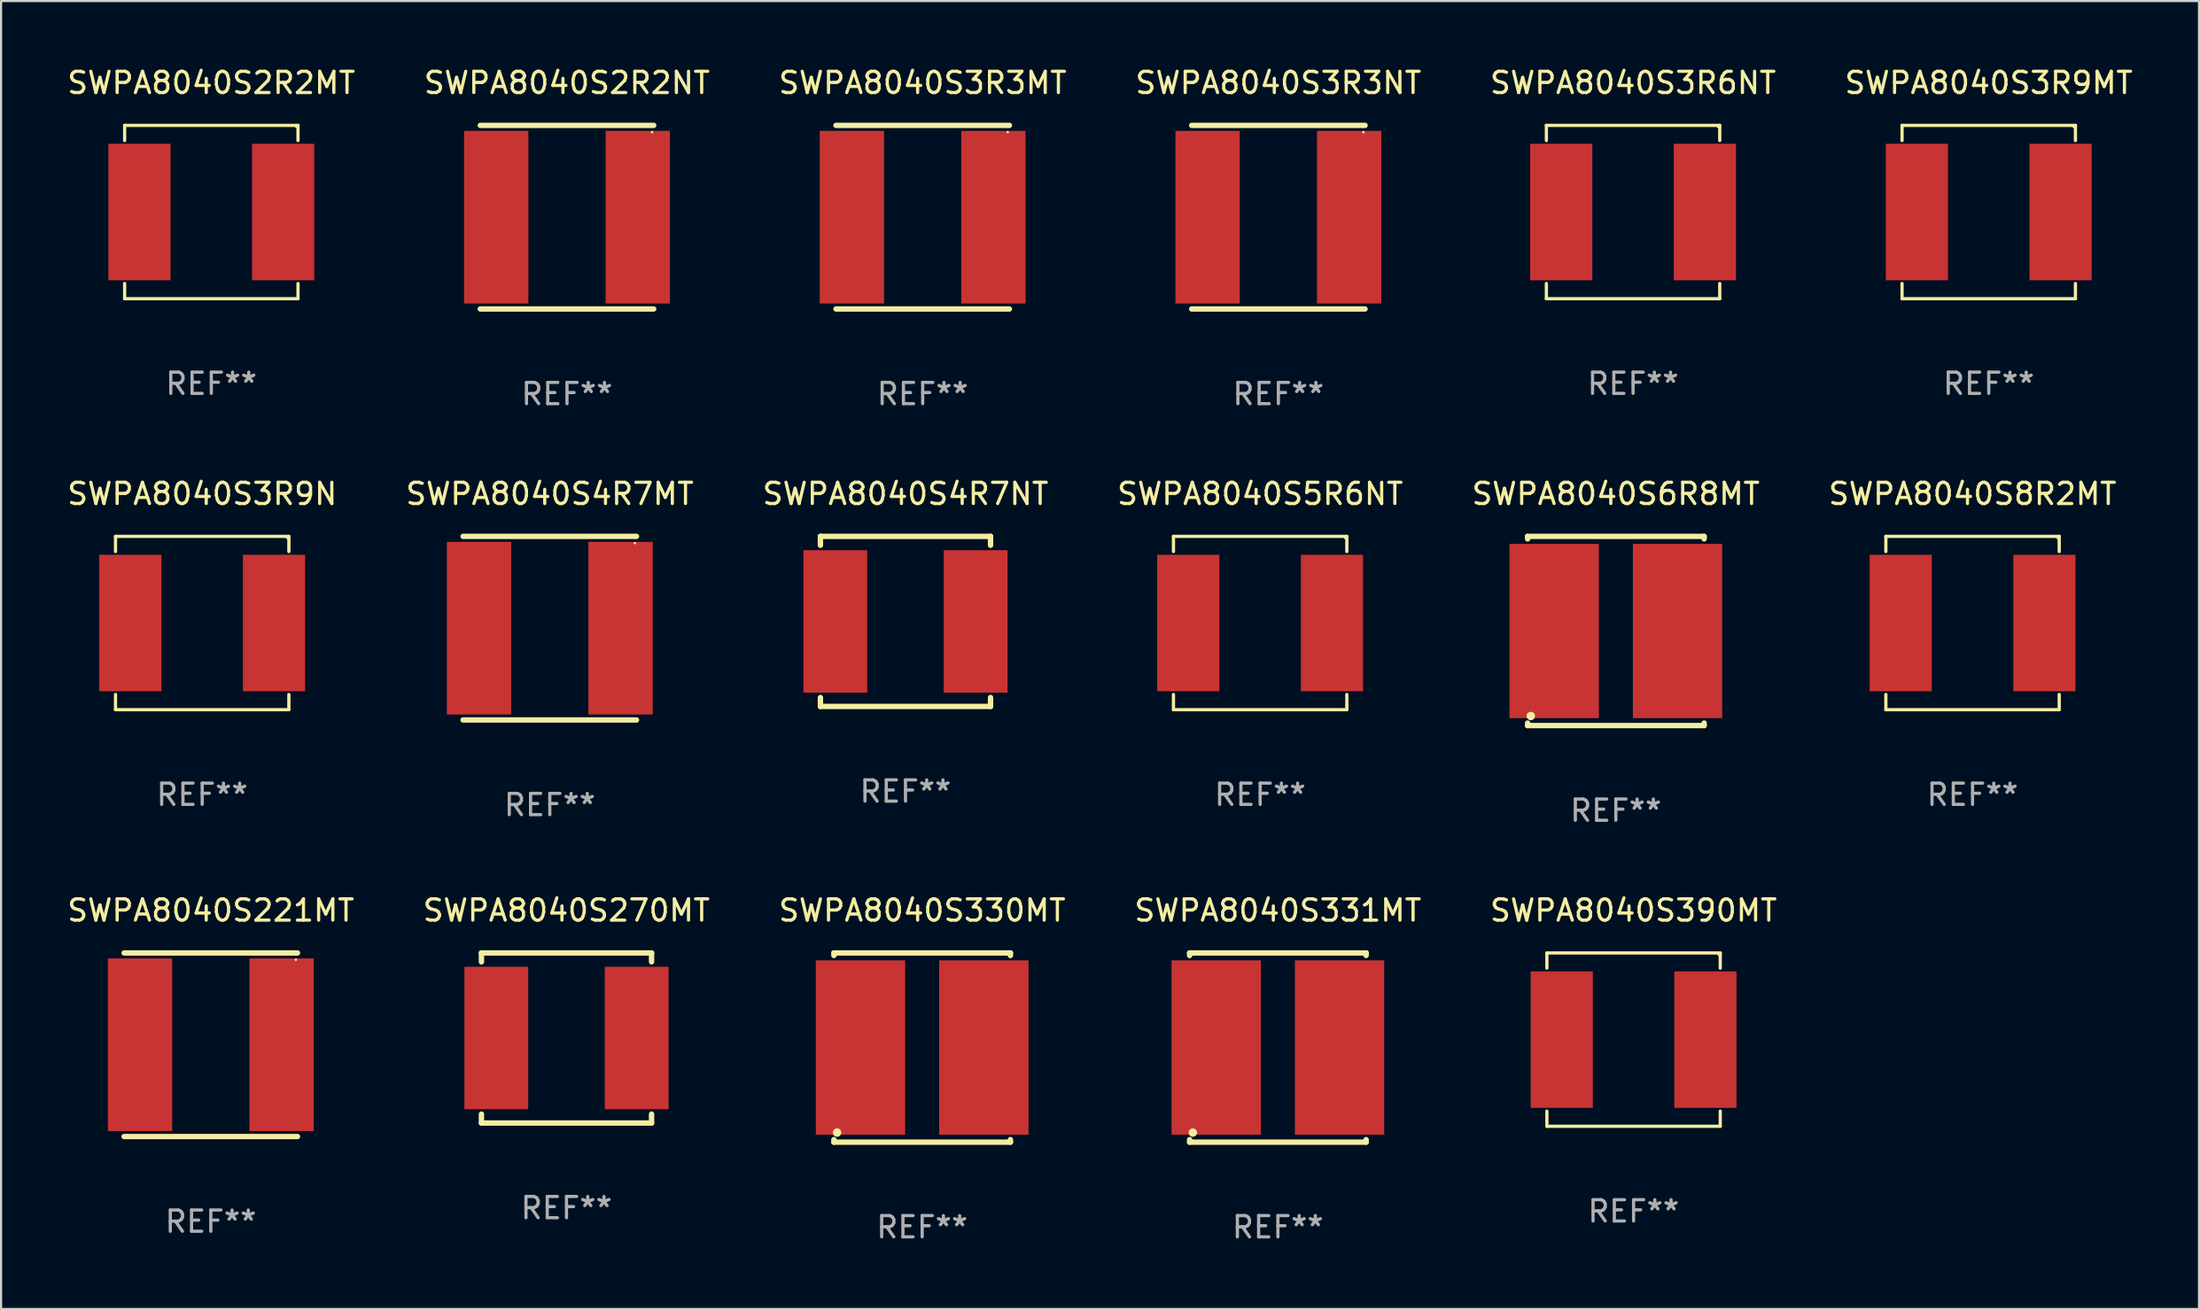
<source format=kicad_pcb>
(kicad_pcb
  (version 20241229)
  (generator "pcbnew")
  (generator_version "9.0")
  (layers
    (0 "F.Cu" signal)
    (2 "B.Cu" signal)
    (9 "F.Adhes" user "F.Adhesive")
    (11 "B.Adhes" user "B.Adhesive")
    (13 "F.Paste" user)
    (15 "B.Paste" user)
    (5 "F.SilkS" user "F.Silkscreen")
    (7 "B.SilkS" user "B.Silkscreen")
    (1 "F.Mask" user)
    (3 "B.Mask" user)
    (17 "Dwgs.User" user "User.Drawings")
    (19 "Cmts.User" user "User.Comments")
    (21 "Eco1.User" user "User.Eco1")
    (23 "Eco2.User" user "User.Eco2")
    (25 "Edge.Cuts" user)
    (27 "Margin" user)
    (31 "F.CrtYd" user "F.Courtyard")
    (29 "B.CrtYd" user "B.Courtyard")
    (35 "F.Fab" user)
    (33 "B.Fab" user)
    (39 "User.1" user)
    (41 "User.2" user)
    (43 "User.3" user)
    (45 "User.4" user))
  (footprint "SWPA8040S330MT"
    (layer "F.Cu")
    (at 40.315 46.227)
    (property "Reference" "SWPA8040S330MT" (at 0 -6.45 0) (layer "F.SilkS") (effects (font (size 1 1) (thickness 0.15))))
    (attr through_hole)
    (fp_line (start -4.15 -4.45) (end -4.15 -4.331) (stroke (width 0.254) (type solid)) (layer "F.SilkS"))
    (fp_line (start -4.15 -4.45) (end 4.15 -4.45) (stroke (width 0.254) (type solid)) (layer "F.SilkS"))
    (fp_line (start -4.15 4.331) (end -4.15 4.45) (stroke (width 0.254) (type solid)) (layer "F.SilkS"))
    (fp_line (start -4.15 4.45) (end 4.15 4.45) (stroke (width 0.254) (type solid)) (layer "F.SilkS"))
    (fp_line (start 4.15 -4.331) (end 4.15 -4.45) (stroke (width 0.254) (type solid)) (layer "F.SilkS"))
    (fp_line (start 4.15 4.45) (end 4.15 4.331) (stroke (width 0.254) (type solid)) (layer "F.SilkS"))
    (fp_circle (center -4 4) (end -3.9 4) (stroke (width 0.2) (type solid)) (fill no) (layer "F.SilkS"))
    (fp_text user "REF**" (at 0 8.45 0) (layer "F.Fab") (effects (font (size 1 1) (thickness 0.15))))
    (pad "1" smd rect (at -2.9 0 90) (size 8.2 4.2) (layers "F.Cu" "F.Mask" "F.Paste"))
    (pad "2" smd rect (at 2.9 0 90) (size 8.2 4.2) (layers "F.Cu" "F.Mask" "F.Paste")))
  (footprint "SWPA8040S2R2NT"
    (layer "F.Cu")
    (at 23.613 7.166)
    (property "Reference" "SWPA8040S2R2NT" (at 0 -6.318 0) (layer "F.SilkS") (effects (font (size 1 1) (thickness 0.15))))
    (attr through_hole)
    (fp_line (start -4.076 -4.318) (end 4.076 -4.318) (stroke (width 0.254) (type solid)) (layer "F.SilkS"))
    (fp_line (start -4.076 4.318) (end 4.076 4.318) (stroke (width 0.254) (type solid)) (layer "F.SilkS"))
    (fp_circle (center 4 -4) (end 4.03 -4) (stroke (width 0.06) (type solid)) (fill no) (layer "F.SilkS"))
    (fp_text user "REF**" (at 0 8.318 0) (layer "F.Fab") (effects (font (size 1 1) (thickness 0.15))))
    (pad "1" smd rect (at 3.328 0) (size 3.024 8.12) (layers "F.Cu" "F.Mask" "F.Paste"))
    (pad "2" smd rect (at -3.328 0) (size 3.024 8.12) (layers "F.Cu" "F.Mask" "F.Paste")))
  (footprint "SWPA8040S3R6NT"
    (layer "F.Cu")
    (at 73.744 6.924)
    (property "Reference" "SWPA8040S3R6NT" (at 0 -6.076 0) (layer "F.SilkS") (effects (font (size 1 1) (thickness 0.15))))
    (attr through_hole)
    (fp_line (start -4.076 -4.076) (end 4.076 -4.076) (stroke (width 0.152) (type solid)) (layer "F.SilkS"))
    (fp_line (start -4.076 -3.362) (end -4.076 -4.076) (stroke (width 0.152) (type solid)) (layer "F.SilkS"))
    (fp_line (start -4.076 3.362) (end -4.076 4.076) (stroke (width 0.152) (type solid)) (layer "F.SilkS"))
    (fp_line (start -4.076 4.076) (end 4.076 4.076) (stroke (width 0.152) (type solid)) (layer "F.SilkS"))
    (fp_line (start 4.076 -4.076) (end 4.076 -3.362) (stroke (width 0.152) (type solid)) (layer "F.SilkS"))
    (fp_line (start 4.076 4.076) (end 4.076 3.362) (stroke (width 0.152) (type solid)) (layer "F.SilkS"))
    (fp_circle (center 4 -4) (end 4.03 -4) (stroke (width 0.06) (type solid)) (fill no) (layer "F.SilkS"))
    (fp_text user "REF**" (at 0 8.076 0) (layer "F.Fab") (effects (font (size 1 1) (thickness 0.15))))
    (pad "1" smd rect (at 3.378 0) (size 2.924 6.42) (layers "F.Cu" "F.Mask" "F.Paste"))
    (pad "2" smd rect (at -3.378 0) (size 2.924 6.42) (layers "F.Cu" "F.Mask" "F.Paste")))
  (footprint "SWPA8040S3R9N"
    (layer "F.Cu")
    (at 6.458 26.257)
    (property "Reference" "SWPA8040S3R9N" (at 0 -6.076 0) (layer "F.SilkS") (effects (font (size 1 1) (thickness 0.15))))
    (attr through_hole)
    (fp_line (start -4.076 -4.076) (end 4.076 -4.076) (stroke (width 0.152) (type solid)) (layer "F.SilkS"))
    (fp_line (start -4.076 -3.362) (end -4.076 -4.076) (stroke (width 0.152) (type solid)) (layer "F.SilkS"))
    (fp_line (start -4.076 3.362) (end -4.076 4.076) (stroke (width 0.152) (type solid)) (layer "F.SilkS"))
    (fp_line (start -4.076 4.076) (end 4.076 4.076) (stroke (width 0.152) (type solid)) (layer "F.SilkS"))
    (fp_line (start 4.076 -4.076) (end 4.076 -3.362) (stroke (width 0.152) (type solid)) (layer "F.SilkS"))
    (fp_line (start 4.076 4.076) (end 4.076 3.362) (stroke (width 0.152) (type solid)) (layer "F.SilkS"))
    (fp_circle (center 4 -4) (end 4.03 -4) (stroke (width 0.06) (type solid)) (fill no) (layer "F.SilkS"))
    (fp_text user "REF**" (at 0 8.076 0) (layer "F.Fab") (effects (font (size 1 1) (thickness 0.15))))
    (pad "1" smd rect (at 3.378 0) (size 2.924 6.42) (layers "F.Cu" "F.Mask" "F.Paste"))
    (pad "2" smd rect (at -3.378 0) (size 2.924 6.42) (layers "F.Cu" "F.Mask" "F.Paste")))
  (footprint "SWPA8040S3R9MT"
    (layer "F.Cu")
    (at 90.47 6.924)
    (property "Reference" "SWPA8040S3R9MT" (at 0 -6.076 0) (layer "F.SilkS") (effects (font (size 1 1) (thickness 0.15))))
    (attr through_hole)
    (fp_line (start -4.076 -4.076) (end 4.076 -4.076) (stroke (width 0.152) (type solid)) (layer "F.SilkS"))
    (fp_line (start -4.076 -3.362) (end -4.076 -4.076) (stroke (width 0.152) (type solid)) (layer "F.SilkS"))
    (fp_line (start -4.076 3.362) (end -4.076 4.076) (stroke (width 0.152) (type solid)) (layer "F.SilkS"))
    (fp_line (start -4.076 4.076) (end 4.076 4.076) (stroke (width 0.152) (type solid)) (layer "F.SilkS"))
    (fp_line (start 4.076 -4.076) (end 4.076 -3.362) (stroke (width 0.152) (type solid)) (layer "F.SilkS"))
    (fp_line (start 4.076 4.076) (end 4.076 3.362) (stroke (width 0.152) (type solid)) (layer "F.SilkS"))
    (fp_circle (center 4 -4) (end 4.03 -4) (stroke (width 0.06) (type solid)) (fill no) (layer "F.SilkS"))
    (fp_text user "REF**" (at 0 8.076 0) (layer "F.Fab") (effects (font (size 1 1) (thickness 0.15))))
    (pad "1" smd rect (at 3.378 0) (size 2.924 6.42) (layers "F.Cu" "F.Mask" "F.Paste"))
    (pad "2" smd rect (at -3.378 0) (size 2.924 6.42) (layers "F.Cu" "F.Mask" "F.Paste")))
  (footprint "SWPA8040S6R8MT"
    (layer "F.Cu")
    (at 72.935 26.631)
    (property "Reference" "SWPA8040S6R8MT" (at 0 -6.45 0) (layer "F.SilkS") (effects (font (size 1 1) (thickness 0.15))))
    (attr through_hole)
    (fp_line (start -4.15 -4.45) (end -4.15 -4.331) (stroke (width 0.254) (type solid)) (layer "F.SilkS"))
    (fp_line (start -4.15 -4.45) (end 4.15 -4.45) (stroke (width 0.254) (type solid)) (layer "F.SilkS"))
    (fp_line (start -4.15 4.331) (end -4.15 4.45) (stroke (width 0.254) (type solid)) (layer "F.SilkS"))
    (fp_line (start -4.15 4.45) (end 4.15 4.45) (stroke (width 0.254) (type solid)) (layer "F.SilkS"))
    (fp_line (start 4.15 -4.331) (end 4.15 -4.45) (stroke (width 0.254) (type solid)) (layer "F.SilkS"))
    (fp_line (start 4.15 4.45) (end 4.15 4.331) (stroke (width 0.254) (type solid)) (layer "F.SilkS"))
    (fp_circle (center -4 4) (end -3.9 4) (stroke (width 0.2) (type solid)) (fill no) (layer "F.SilkS"))
    (fp_text user "REF**" (at 0 8.45 0) (layer "F.Fab") (effects (font (size 1 1) (thickness 0.15))))
    (pad "1" smd rect (at -2.9 0 90) (size 8.2 4.2) (layers "F.Cu" "F.Mask" "F.Paste"))
    (pad "2" smd rect (at 2.9 0 90) (size 8.2 4.2) (layers "F.Cu" "F.Mask" "F.Paste")))
  (footprint "SWPA8040S4R7MT"
    (layer "F.Cu")
    (at 22.804 26.499)
    (property "Reference" "SWPA8040S4R7MT" (at 0 -6.318 0) (layer "F.SilkS") (effects (font (size 1 1) (thickness 0.15))))
    (attr through_hole)
    (fp_line (start -4.076 -4.318) (end 4.076 -4.318) (stroke (width 0.254) (type solid)) (layer "F.SilkS"))
    (fp_line (start -4.076 4.318) (end 4.076 4.318) (stroke (width 0.254) (type solid)) (layer "F.SilkS"))
    (fp_circle (center 4 -4) (end 4.03 -4) (stroke (width 0.06) (type solid)) (fill no) (layer "F.SilkS"))
    (fp_text user "REF**" (at 0 8.318 0) (layer "F.Fab") (effects (font (size 1 1) (thickness 0.15))))
    (pad "1" smd rect (at 3.328 0) (size 3.024 8.12) (layers "F.Cu" "F.Mask" "F.Paste"))
    (pad "2" smd rect (at -3.328 0) (size 3.024 8.12) (layers "F.Cu" "F.Mask" "F.Paste")))
  (footprint "SWPA8040S5R6NT"
    (layer "F.Cu")
    (at 56.208 26.257)
    (property "Reference" "SWPA8040S5R6NT" (at 0 -6.076 0) (layer "F.SilkS") (effects (font (size 1 1) (thickness 0.15))))
    (attr through_hole)
    (fp_line (start -4.076 -4.076) (end 4.076 -4.076) (stroke (width 0.152) (type solid)) (layer "F.SilkS"))
    (fp_line (start -4.076 -3.362) (end -4.076 -4.076) (stroke (width 0.152) (type solid)) (layer "F.SilkS"))
    (fp_line (start -4.076 3.362) (end -4.076 4.076) (stroke (width 0.152) (type solid)) (layer "F.SilkS"))
    (fp_line (start -4.076 4.076) (end 4.076 4.076) (stroke (width 0.152) (type solid)) (layer "F.SilkS"))
    (fp_line (start 4.076 -4.076) (end 4.076 -3.362) (stroke (width 0.152) (type solid)) (layer "F.SilkS"))
    (fp_line (start 4.076 4.076) (end 4.076 3.362) (stroke (width 0.152) (type solid)) (layer "F.SilkS"))
    (fp_circle (center 4 -4) (end 4.03 -4) (stroke (width 0.06) (type solid)) (fill no) (layer "F.SilkS"))
    (fp_text user "REF**" (at 0 8.076 0) (layer "F.Fab") (effects (font (size 1 1) (thickness 0.15))))
    (pad "1" smd rect (at 3.378 0) (size 2.924 6.42) (layers "F.Cu" "F.Mask" "F.Paste"))
    (pad "2" smd rect (at -3.378 0) (size 2.924 6.42) (layers "F.Cu" "F.Mask" "F.Paste")))
  (footprint "SWPA8040S331MT"
    (layer "F.Cu")
    (at 57.042 46.227)
    (property "Reference" "SWPA8040S331MT" (at 0 -6.45 0) (layer "F.SilkS") (effects (font (size 1 1) (thickness 0.15))))
    (attr through_hole)
    (fp_line (start -4.15 -4.45) (end -4.15 -4.331) (stroke (width 0.254) (type solid)) (layer "F.SilkS"))
    (fp_line (start -4.15 -4.45) (end 4.15 -4.45) (stroke (width 0.254) (type solid)) (layer "F.SilkS"))
    (fp_line (start -4.15 4.331) (end -4.15 4.45) (stroke (width 0.254) (type solid)) (layer "F.SilkS"))
    (fp_line (start -4.15 4.45) (end 4.15 4.45) (stroke (width 0.254) (type solid)) (layer "F.SilkS"))
    (fp_line (start 4.15 -4.331) (end 4.15 -4.45) (stroke (width 0.254) (type solid)) (layer "F.SilkS"))
    (fp_line (start 4.15 4.45) (end 4.15 4.331) (stroke (width 0.254) (type solid)) (layer "F.SilkS"))
    (fp_circle (center -4 4) (end -3.9 4) (stroke (width 0.2) (type solid)) (fill no) (layer "F.SilkS"))
    (fp_text user "REF**" (at 0 8.45 0) (layer "F.Fab") (effects (font (size 1 1) (thickness 0.15))))
    (pad "1" smd rect (at -2.9 0 90) (size 8.2 4.2) (layers "F.Cu" "F.Mask" "F.Paste"))
    (pad "2" smd rect (at 2.9 0 90) (size 8.2 4.2) (layers "F.Cu" "F.Mask" "F.Paste")))
  (footprint "SWPA8040S3R3NT"
    (layer "F.Cu")
    (at 57.065 7.166)
    (property "Reference" "SWPA8040S3R3NT" (at 0 -6.318 0) (layer "F.SilkS") (effects (font (size 1 1) (thickness 0.15))))
    (attr through_hole)
    (fp_line (start -4.076 -4.318) (end 4.076 -4.318) (stroke (width 0.254) (type solid)) (layer "F.SilkS"))
    (fp_line (start -4.076 4.318) (end 4.076 4.318) (stroke (width 0.254) (type solid)) (layer "F.SilkS"))
    (fp_circle (center 4 -4) (end 4.03 -4) (stroke (width 0.06) (type solid)) (fill no) (layer "F.SilkS"))
    (fp_text user "REF**" (at 0 8.318 0) (layer "F.Fab") (effects (font (size 1 1) (thickness 0.15))))
    (pad "1" smd rect (at 3.328 0) (size 3.024 8.12) (layers "F.Cu" "F.Mask" "F.Paste"))
    (pad "2" smd rect (at -3.328 0) (size 3.024 8.12) (layers "F.Cu" "F.Mask" "F.Paste")))
  (footprint "SWPA8040S270MT"
    (layer "F.Cu")
    (at 23.589 45.777)
    (property "Reference" "SWPA8040S270MT" (at 0 -6 0) (layer "F.SilkS") (effects (font (size 1 1) (thickness 0.15))))
    (attr through_hole)
    (fp_line (start -4 -4) (end 4 -4) (stroke (width 0.254) (type solid)) (layer "F.SilkS"))
    (fp_line (start -4 -3.581) (end -4 -4) (stroke (width 0.254) (type solid)) (layer "F.SilkS"))
    (fp_line (start -4 4) (end -4 3.581) (stroke (width 0.254) (type solid)) (layer "F.SilkS"))
    (fp_line (start 4 -4) (end 4 -3.581) (stroke (width 0.254) (type solid)) (layer "F.SilkS"))
    (fp_line (start 4 3.581) (end 4 4) (stroke (width 0.254) (type solid)) (layer "F.SilkS"))
    (fp_line (start 4 4) (end -4 4) (stroke (width 0.254) (type solid)) (layer "F.SilkS"))
    (fp_circle (center -4 4) (end -3.97 4) (stroke (width 0.06) (type solid)) (fill no) (layer "F.SilkS"))
    (fp_text user "REF**" (at 0 8 0) (layer "F.Fab") (effects (font (size 1 1) (thickness 0.15))))
    (pad "1" smd rect (at -3.3 0) (size 3 6.7) (layers "F.Cu" "F.Mask" "F.Paste"))
    (pad "2" smd rect (at 3.3 0) (size 3 6.7) (layers "F.Cu" "F.Mask" "F.Paste")))
  (footprint "SWPA8040S2R2MT"
    (layer "F.Cu")
    (at 6.887 6.924)
    (property "Reference" "SWPA8040S2R2MT" (at 0 -6.076 0) (layer "F.SilkS") (effects (font (size 1 1) (thickness 0.15))))
    (attr through_hole)
    (fp_line (start -4.076 -4.076) (end 4.076 -4.076) (stroke (width 0.152) (type solid)) (layer "F.SilkS"))
    (fp_line (start -4.076 -3.362) (end -4.076 -4.076) (stroke (width 0.152) (type solid)) (layer "F.SilkS"))
    (fp_line (start -4.076 3.362) (end -4.076 4.076) (stroke (width 0.152) (type solid)) (layer "F.SilkS"))
    (fp_line (start -4.076 4.076) (end 4.076 4.076) (stroke (width 0.152) (type solid)) (layer "F.SilkS"))
    (fp_line (start 4.076 -4.076) (end 4.076 -3.362) (stroke (width 0.152) (type solid)) (layer "F.SilkS"))
    (fp_line (start 4.076 4.076) (end 4.076 3.362) (stroke (width 0.152) (type solid)) (layer "F.SilkS"))
    (fp_circle (center 4 -4) (end 4.03 -4) (stroke (width 0.06) (type solid)) (fill no) (layer "F.SilkS"))
    (fp_text user "REF**" (at 0 8.076 0) (layer "F.Fab") (effects (font (size 1 1) (thickness 0.15))))
    (pad "1" smd rect (at 3.378 0) (size 2.924 6.42) (layers "F.Cu" "F.Mask" "F.Paste"))
    (pad "2" smd rect (at -3.378 0) (size 2.924 6.42) (layers "F.Cu" "F.Mask" "F.Paste")))
  (footprint "SWPA8040S3R3MT"
    (layer "F.Cu")
    (at 40.339 7.166)
    (property "Reference" "SWPA8040S3R3MT" (at 0 -6.318 0) (layer "F.SilkS") (effects (font (size 1 1) (thickness 0.15))))
    (attr through_hole)
    (fp_line (start -4.076 -4.318) (end 4.076 -4.318) (stroke (width 0.254) (type solid)) (layer "F.SilkS"))
    (fp_line (start -4.076 4.318) (end 4.076 4.318) (stroke (width 0.254) (type solid)) (layer "F.SilkS"))
    (fp_circle (center 4 -4) (end 4.03 -4) (stroke (width 0.06) (type solid)) (fill no) (layer "F.SilkS"))
    (fp_text user "REF**" (at 0 8.318 0) (layer "F.Fab") (effects (font (size 1 1) (thickness 0.15))))
    (pad "1" smd rect (at 3.328 0) (size 3.024 8.12) (layers "F.Cu" "F.Mask" "F.Paste"))
    (pad "2" smd rect (at -3.328 0) (size 3.024 8.12) (layers "F.Cu" "F.Mask" "F.Paste")))
  (footprint "SWPA8040S221MT"
    (layer "F.Cu")
    (at 6.863 46.095)
    (property "Reference" "SWPA8040S221MT" (at 0 -6.318 0) (layer "F.SilkS") (effects (font (size 1 1) (thickness 0.15))))
    (attr through_hole)
    (fp_line (start -4.076 -4.318) (end 4.076 -4.318) (stroke (width 0.254) (type solid)) (layer "F.SilkS"))
    (fp_line (start -4.076 4.318) (end 4.076 4.318) (stroke (width 0.254) (type solid)) (layer "F.SilkS"))
    (fp_circle (center 4 -4) (end 4.03 -4) (stroke (width 0.06) (type solid)) (fill no) (layer "F.SilkS"))
    (fp_text user "REF**" (at 0 8.318 0) (layer "F.Fab") (effects (font (size 1 1) (thickness 0.15))))
    (pad "1" smd rect (at 3.328 0) (size 3.024 8.12) (layers "F.Cu" "F.Mask" "F.Paste"))
    (pad "2" smd rect (at -3.328 0) (size 3.024 8.12) (layers "F.Cu" "F.Mask" "F.Paste")))
  (footprint "SWPA8040S390MT"
    (layer "F.Cu")
    (at 73.768 45.854)
    (property "Reference" "SWPA8040S390MT" (at 0 -6.076 0) (layer "F.SilkS") (effects (font (size 1 1) (thickness 0.15))))
    (attr through_hole)
    (fp_line (start -4.076 -4.076) (end 4.076 -4.076) (stroke (width 0.152) (type solid)) (layer "F.SilkS"))
    (fp_line (start -4.076 -3.362) (end -4.076 -4.076) (stroke (width 0.152) (type solid)) (layer "F.SilkS"))
    (fp_line (start -4.076 3.362) (end -4.076 4.076) (stroke (width 0.152) (type solid)) (layer "F.SilkS"))
    (fp_line (start -4.076 4.076) (end 4.076 4.076) (stroke (width 0.152) (type solid)) (layer "F.SilkS"))
    (fp_line (start 4.076 -4.076) (end 4.076 -3.362) (stroke (width 0.152) (type solid)) (layer "F.SilkS"))
    (fp_line (start 4.076 4.076) (end 4.076 3.362) (stroke (width 0.152) (type solid)) (layer "F.SilkS"))
    (fp_circle (center 4 -4) (end 4.03 -4) (stroke (width 0.06) (type solid)) (fill no) (layer "F.SilkS"))
    (fp_text user "REF**" (at 0 8.076 0) (layer "F.Fab") (effects (font (size 1 1) (thickness 0.15))))
    (pad "1" smd rect (at 3.378 0) (size 2.924 6.42) (layers "F.Cu" "F.Mask" "F.Paste"))
    (pad "2" smd rect (at -3.378 0) (size 2.924 6.42) (layers "F.Cu" "F.Mask" "F.Paste")))
  (footprint "SWPA8040S4R7NT"
    (layer "F.Cu")
    (at 39.53 26.181)
    (property "Reference" "SWPA8040S4R7NT" (at 0 -6 0) (layer "F.SilkS") (effects (font (size 1 1) (thickness 0.15))))
    (attr through_hole)
    (fp_line (start -4 -4) (end 4 -4) (stroke (width 0.254) (type solid)) (layer "F.SilkS"))
    (fp_line (start -4 -3.581) (end -4 -4) (stroke (width 0.254) (type solid)) (layer "F.SilkS"))
    (fp_line (start -4 4) (end -4 3.581) (stroke (width 0.254) (type solid)) (layer "F.SilkS"))
    (fp_line (start 4 -4) (end 4 -3.581) (stroke (width 0.254) (type solid)) (layer "F.SilkS"))
    (fp_line (start 4 3.581) (end 4 4) (stroke (width 0.254) (type solid)) (layer "F.SilkS"))
    (fp_line (start 4 4) (end -4 4) (stroke (width 0.254) (type solid)) (layer "F.SilkS"))
    (fp_circle (center -4 4) (end -3.97 4) (stroke (width 0.06) (type solid)) (fill no) (layer "F.SilkS"))
    (fp_text user "REF**" (at 0 8 0) (layer "F.Fab") (effects (font (size 1 1) (thickness 0.15))))
    (pad "1" smd rect (at -3.3 0) (size 3 6.7) (layers "F.Cu" "F.Mask" "F.Paste"))
    (pad "2" smd rect (at 3.3 0) (size 3 6.7) (layers "F.Cu" "F.Mask" "F.Paste")))
  (footprint "SWPA8040S8R2MT"
    (layer "F.Cu")
    (at 89.708 26.257)
    (property "Reference" "SWPA8040S8R2MT" (at 0 -6.076 0) (layer "F.SilkS") (effects (font (size 1 1) (thickness 0.15))))
    (attr through_hole)
    (fp_line (start -4.076 -4.076) (end 4.076 -4.076) (stroke (width 0.152) (type solid)) (layer "F.SilkS"))
    (fp_line (start -4.076 -3.362) (end -4.076 -4.076) (stroke (width 0.152) (type solid)) (layer "F.SilkS"))
    (fp_line (start -4.076 3.362) (end -4.076 4.076) (stroke (width 0.152) (type solid)) (layer "F.SilkS"))
    (fp_line (start -4.076 4.076) (end 4.076 4.076) (stroke (width 0.152) (type solid)) (layer "F.SilkS"))
    (fp_line (start 4.076 -4.076) (end 4.076 -3.362) (stroke (width 0.152) (type solid)) (layer "F.SilkS"))
    (fp_line (start 4.076 4.076) (end 4.076 3.362) (stroke (width 0.152) (type solid)) (layer "F.SilkS"))
    (fp_circle (center 4 -4) (end 4.03 -4) (stroke (width 0.06) (type solid)) (fill no) (layer "F.SilkS"))
    (fp_text user "REF**" (at 0 8.076 0) (layer "F.Fab") (effects (font (size 1 1) (thickness 0.15))))
    (pad "1" smd rect (at 3.378 0) (size 2.924 6.42) (layers "F.Cu" "F.Mask" "F.Paste"))
    (pad "2" smd rect (at -3.378 0) (size 2.924 6.42) (layers "F.Cu" "F.Mask" "F.Paste")))
  (gr_rect
    (start -3 -3)
    (end 100.357 58.526)
    (stroke (width 0.1) (type default))
    (fill no)
    (layer "Edge.Cuts")))
</source>
